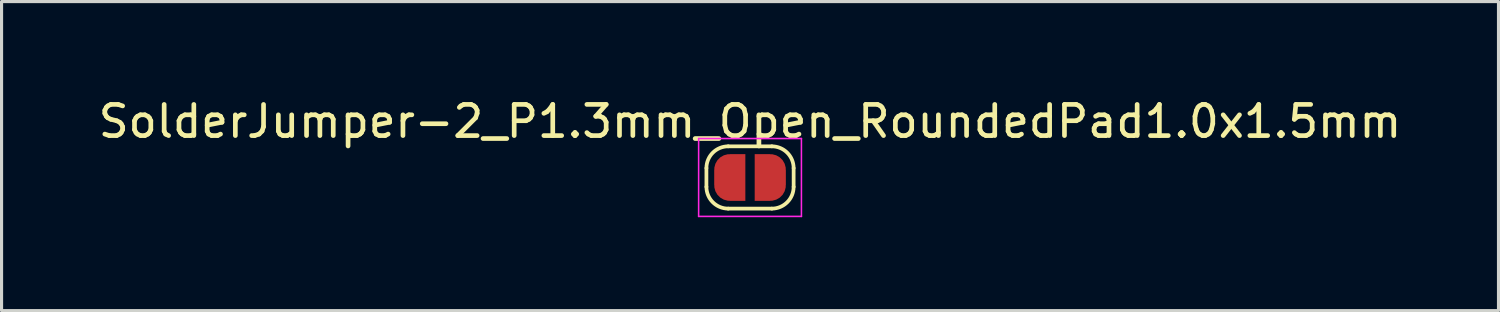
<source format=kicad_pcb>
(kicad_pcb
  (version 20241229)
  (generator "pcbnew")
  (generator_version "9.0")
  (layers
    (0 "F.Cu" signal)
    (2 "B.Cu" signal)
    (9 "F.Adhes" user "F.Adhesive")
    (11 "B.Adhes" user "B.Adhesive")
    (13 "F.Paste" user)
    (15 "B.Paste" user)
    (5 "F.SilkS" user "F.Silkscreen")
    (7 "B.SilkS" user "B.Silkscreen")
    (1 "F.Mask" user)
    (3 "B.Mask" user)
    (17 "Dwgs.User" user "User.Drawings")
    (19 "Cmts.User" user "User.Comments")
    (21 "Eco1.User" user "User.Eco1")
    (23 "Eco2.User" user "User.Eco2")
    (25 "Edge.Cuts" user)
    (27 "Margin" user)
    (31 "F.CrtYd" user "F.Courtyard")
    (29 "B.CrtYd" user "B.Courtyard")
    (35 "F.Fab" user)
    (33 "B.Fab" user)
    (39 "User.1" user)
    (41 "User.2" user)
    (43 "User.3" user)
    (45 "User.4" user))
  (footprint "SolderJumper-2_P1.3mm_Open_RoundedPad1.0x1.5mm"
    (layer "F.Cu")
    (at 21.03 2.648)
    (property "Reference" "SolderJumper-2_P1.3mm_Open_RoundedPad1.0x1.5mm" (at 0 -1.8 0) (layer "F.SilkS") (effects (font (size 1 1) (thickness 0.15))))
    (attr exclude_from_pos_files)
    (fp_line (start -1.4 0.3) (end -1.4 -0.3) (stroke (width 0.12) (type solid)) (layer "F.SilkS"))
    (fp_line (start -0.7 -1) (end 0.7 -1) (stroke (width 0.12) (type solid)) (layer "F.SilkS"))
    (fp_line (start 0.7 1) (end -0.7 1) (stroke (width 0.12) (type solid)) (layer "F.SilkS"))
    (fp_line (start 1.4 -0.3) (end 1.4 0.3) (stroke (width 0.12) (type solid)) (layer "F.SilkS"))
    (fp_arc (start -1.4 -0.3) (mid -1.194975 -0.794975) (end -0.7 -1) (stroke (width 0.12) (type solid)) (layer "F.SilkS"))
    (fp_arc (start -0.7 1) (mid -1.194975 0.794975) (end -1.4 0.3) (stroke (width 0.12) (type solid)) (layer "F.SilkS"))
    (fp_arc (start 0.7 -1) (mid 1.194975 -0.794975) (end 1.4 -0.3) (stroke (width 0.12) (type solid)) (layer "F.SilkS"))
    (fp_arc (start 1.4 0.3) (mid 1.194975 0.794975) (end 0.7 1) (stroke (width 0.12) (type solid)) (layer "F.SilkS"))
    (fp_line (start -1.65 -1.25) (end -1.65 1.25) (stroke (width 0.05) (type solid)) (layer "F.CrtYd"))
    (fp_line (start -1.65 -1.25) (end 1.65 -1.25) (stroke (width 0.05) (type solid)) (layer "F.CrtYd"))
    (fp_line (start 1.65 1.25) (end -1.65 1.25) (stroke (width 0.05) (type solid)) (layer "F.CrtYd"))
    (fp_line (start 1.65 1.25) (end 1.65 -1.25) (stroke (width 0.05) (type solid)) (layer "F.CrtYd"))
    (pad "1" smd custom (at -0.65 0) (size 1 0.5) (layers "F.Cu" "F.Mask") (options (anchor rect)) (primitives (gr_circle (center 0 0.25) (end 0.5 0.25) (width 0) (fill yes)) (gr_circle (center 0 -0.25) (end 0.5 -0.25) (width 0) (fill yes)) (gr_poly (pts (xy 0.5 0.75) (xy 0 0.75) (xy 0 -0.75) (xy 0.5 -0.75)) (width 0) (fill yes))))
    (pad "2" smd custom (at 0.65 0) (size 1 0.5) (layers "F.Cu" "F.Mask") (options (anchor rect)) (primitives (gr_circle (center 0 0.25) (end 0.5 0.25) (width 0) (fill yes)) (gr_circle (center 0 -0.25) (end 0.5 -0.25) (width 0) (fill yes)) (gr_poly (pts (xy 0 0.75) (xy -0.5 0.75) (xy -0.5 -0.75) (xy 0 -0.75)) (width 0) (fill yes)))))
  (gr_rect
    (start -3 -3)
    (end 45.06 6.923)
    (stroke (width 0.1) (type default))
    (fill no)
    (layer "Edge.Cuts")))
</source>
